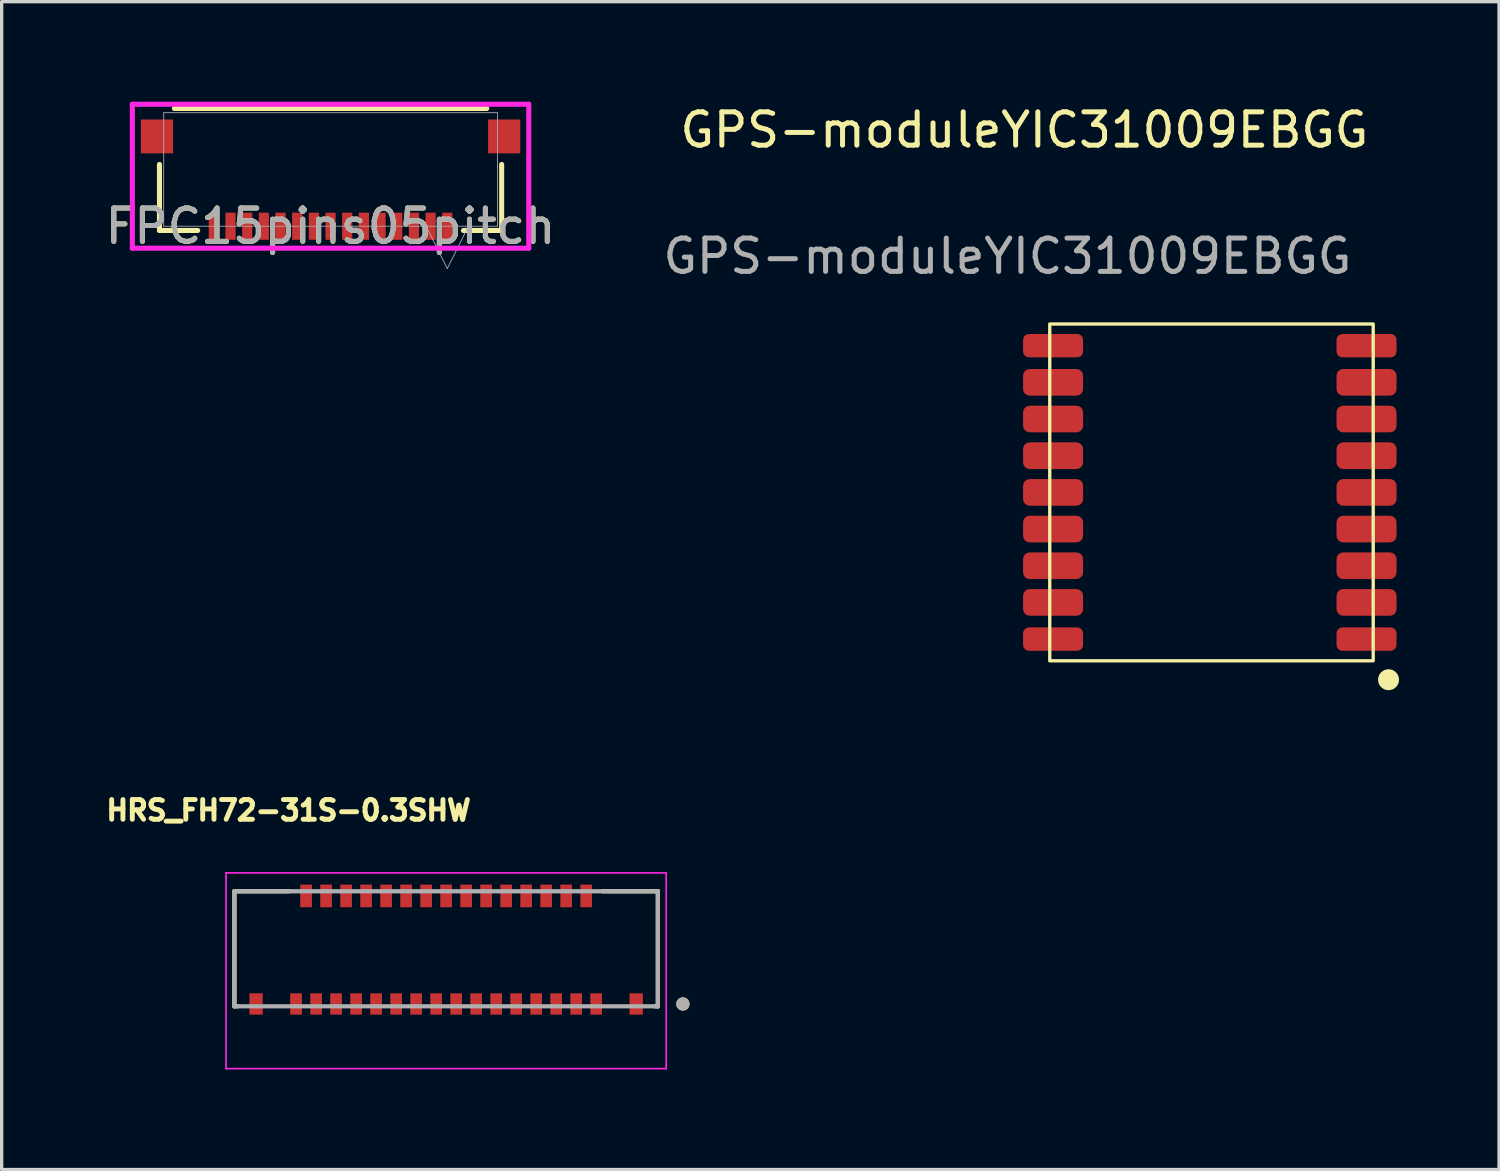
<source format=kicad_pcb>
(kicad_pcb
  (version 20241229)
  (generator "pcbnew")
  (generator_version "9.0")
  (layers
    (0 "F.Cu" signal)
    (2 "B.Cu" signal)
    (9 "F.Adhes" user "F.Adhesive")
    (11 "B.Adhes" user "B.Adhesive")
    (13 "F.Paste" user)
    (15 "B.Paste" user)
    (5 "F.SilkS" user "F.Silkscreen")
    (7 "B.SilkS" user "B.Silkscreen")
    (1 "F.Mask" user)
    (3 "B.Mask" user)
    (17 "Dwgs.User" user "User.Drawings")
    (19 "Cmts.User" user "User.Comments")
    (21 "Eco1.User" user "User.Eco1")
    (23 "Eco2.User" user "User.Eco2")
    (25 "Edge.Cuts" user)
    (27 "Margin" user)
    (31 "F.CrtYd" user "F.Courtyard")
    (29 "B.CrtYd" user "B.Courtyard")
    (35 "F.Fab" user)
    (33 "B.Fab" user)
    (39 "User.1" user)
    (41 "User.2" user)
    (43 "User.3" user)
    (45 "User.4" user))
  (footprint "GPS-moduleYIC31009EBGG"
    (layer "F.Cu")
    (at 28.431 6.666)
    (property "Reference" "GPS-moduleYIC31009EBGG" (at -0.762 -5.818 0) (unlocked yes) (layer "F.SilkS") (effects (font (size 1 1) (thickness 0.15))))
    (attr smd)
    (fp_rect (start 0 0) (end 9.7 10.1) (stroke (width 0.1) (type solid)) (fill no) (layer "F.SilkS"))
    (fp_circle (center 10.16 10.668) (end 10.414 10.668) (stroke (width 0.12) (type solid)) (fill yes) (layer "F.SilkS"))
    (fp_text user "${REFERENCE}" (at -1.27 -2.032 0) (unlocked yes) (layer "F.Fab") (effects (font (size 1 1) (thickness 0.15))))
    (pad "1" smd roundrect (at 9.5 9.45) (size 1.8 0.7) (layers "F.Cu" "F.Mask" "F.Paste") (roundrect_rratio 0.25))
    (pad "2" smd roundrect (at 9.5 8.35) (size 1.8 0.8) (layers "F.Cu" "F.Mask" "F.Paste") (roundrect_rratio 0.25))
    (pad "3" smd roundrect (at 9.5 7.25) (size 1.8 0.8) (layers "F.Cu" "F.Mask" "F.Paste") (roundrect_rratio 0.25))
    (pad "4" smd roundrect (at 9.5 6.15) (size 1.8 0.8) (layers "F.Cu" "F.Mask" "F.Paste") (roundrect_rratio 0.25))
    (pad "5" smd roundrect (at 9.5 5.05) (size 1.8 0.8) (layers "F.Cu" "F.Mask" "F.Paste") (roundrect_rratio 0.25))
    (pad "6" smd roundrect (at 9.5 3.95) (size 1.8 0.8) (layers "F.Cu" "F.Mask" "F.Paste") (roundrect_rratio 0.25))
    (pad "7" smd roundrect (at 9.5 2.85) (size 1.8 0.8) (layers "F.Cu" "F.Mask" "F.Paste") (roundrect_rratio 0.25))
    (pad "8" smd roundrect (at 9.5 1.75) (size 1.8 0.8) (layers "F.Cu" "F.Mask" "F.Paste") (roundrect_rratio 0.25))
    (pad "9" smd roundrect (at 9.5 0.65) (size 1.8 0.7) (layers "F.Cu" "F.Mask" "F.Paste") (roundrect_rratio 0.25))
    (pad "10" smd roundrect (at 0.1 0.65) (size 1.8 0.7) (layers "F.Cu" "F.Mask" "F.Paste") (roundrect_rratio 0.25))
    (pad "11" smd roundrect (at 0.1 1.75) (size 1.8 0.8) (layers "F.Cu" "F.Mask" "F.Paste") (roundrect_rratio 0.25))
    (pad "12" smd roundrect (at 0.1 2.85) (size 1.8 0.8) (layers "F.Cu" "F.Mask" "F.Paste") (roundrect_rratio 0.25))
    (pad "13" smd roundrect (at 0.1 3.95) (size 1.8 0.8) (layers "F.Cu" "F.Mask" "F.Paste") (roundrect_rratio 0.25))
    (pad "14" smd roundrect (at 0.1 5.05) (size 1.8 0.8) (layers "F.Cu" "F.Mask" "F.Paste") (roundrect_rratio 0.25))
    (pad "15" smd roundrect (at 0.1 6.15) (size 1.8 0.8) (layers "F.Cu" "F.Mask" "F.Paste") (roundrect_rratio 0.25))
    (pad "16" smd roundrect (at 0.1 7.25) (size 1.8 0.8) (layers "F.Cu" "F.Mask" "F.Paste") (roundrect_rratio 0.25))
    (pad "17" smd roundrect (at 0.1 8.35) (size 1.8 0.8) (layers "F.Cu" "F.Mask" "F.Paste") (roundrect_rratio 0.25))
    (pad "18" smd roundrect (at 0.1 9.45) (size 1.8 0.7) (layers "F.Cu" "F.Mask" "F.Paste") (roundrect_rratio 0.25)))
  (footprint "HRS_FH72-31S-0.3SHW"
    (layer "F.Cu")
    (at 10.329 25.428)
    (property "Reference" "HRS_FH72-31S-0.3SHW" (at -4.725 -4.175 0) (layer "F.SilkS") (effects (font (size 0.591 0.591) (thickness 0.15))))
    (attr smd)
    (fp_line (start -6.35 -1.75) (end -6.35 1.7) (stroke (width 0.127) (type solid)) (layer "F.SilkS"))
    (fp_line (start -6.35 1.7) (end -6.25 1.7) (stroke (width 0.127) (type solid)) (layer "F.SilkS"))
    (fp_line (start -4.695 -1.75) (end -6.35 -1.75) (stroke (width 0.127) (type solid)) (layer "F.SilkS"))
    (fp_line (start 6.25 1.7) (end 6.35 1.7) (stroke (width 0.127) (type solid)) (layer "F.SilkS"))
    (fp_line (start 6.35 -1.75) (end 4.695 -1.75) (stroke (width 0.127) (type solid)) (layer "F.SilkS"))
    (fp_line (start 6.35 1.7) (end 6.35 -1.75) (stroke (width 0.127) (type solid)) (layer "F.SilkS"))
    (fp_circle (center 7.1 1.63) (end 7.2 1.63) (stroke (width 0.2) (type solid)) (fill no) (layer "F.SilkS"))
    (fp_poly (pts (xy -5.875 1.61) (xy -5.525 1.61) (xy -5.525 2.15) (xy -5.875 2.15)) (stroke (width 0.01) (type solid)) (fill yes) (layer "F.Paste"))
    (fp_poly (pts (xy -4.675 1.61) (xy -4.325 1.61) (xy -4.325 2.05) (xy -4.675 2.05)) (stroke (width 0.01) (type solid)) (fill yes) (layer "F.Paste"))
    (fp_poly (pts (xy -4.375 -2.05) (xy -4.025 -2.05) (xy -4.025 -1.5) (xy -4.375 -1.5)) (stroke (width 0.01) (type solid)) (fill yes) (layer "F.Paste"))
    (fp_poly (pts (xy -4.075 1.61) (xy -3.725 1.61) (xy -3.725 2.05) (xy -4.075 2.05)) (stroke (width 0.01) (type solid)) (fill yes) (layer "F.Paste"))
    (fp_poly (pts (xy -3.775 -2.05) (xy -3.425 -2.05) (xy -3.425 -1.5) (xy -3.775 -1.5)) (stroke (width 0.01) (type solid)) (fill yes) (layer "F.Paste"))
    (fp_poly (pts (xy -3.475 1.61) (xy -3.125 1.61) (xy -3.125 2.05) (xy -3.475 2.05)) (stroke (width 0.01) (type solid)) (fill yes) (layer "F.Paste"))
    (fp_poly (pts (xy -3.175 -2.05) (xy -2.825 -2.05) (xy -2.825 -1.5) (xy -3.175 -1.5)) (stroke (width 0.01) (type solid)) (fill yes) (layer "F.Paste"))
    (fp_poly (pts (xy -2.875 1.61) (xy -2.525 1.61) (xy -2.525 2.05) (xy -2.875 2.05)) (stroke (width 0.01) (type solid)) (fill yes) (layer "F.Paste"))
    (fp_poly (pts (xy -2.575 -2.05) (xy -2.225 -2.05) (xy -2.225 -1.5) (xy -2.575 -1.5)) (stroke (width 0.01) (type solid)) (fill yes) (layer "F.Paste"))
    (fp_poly (pts (xy -2.275 1.61) (xy -1.925 1.61) (xy -1.925 2.05) (xy -2.275 2.05)) (stroke (width 0.01) (type solid)) (fill yes) (layer "F.Paste"))
    (fp_poly (pts (xy -1.975 -2.05) (xy -1.625 -2.05) (xy -1.625 -1.5) (xy -1.975 -1.5)) (stroke (width 0.01) (type solid)) (fill yes) (layer "F.Paste"))
    (fp_poly (pts (xy -1.675 1.61) (xy -1.325 1.61) (xy -1.325 2.05) (xy -1.675 2.05)) (stroke (width 0.01) (type solid)) (fill yes) (layer "F.Paste"))
    (fp_poly (pts (xy -1.375 -2.05) (xy -1.025 -2.05) (xy -1.025 -1.5) (xy -1.375 -1.5)) (stroke (width 0.01) (type solid)) (fill yes) (layer "F.Paste"))
    (fp_poly (pts (xy -1.075 1.61) (xy -0.725 1.61) (xy -0.725 2.05) (xy -1.075 2.05)) (stroke (width 0.01) (type solid)) (fill yes) (layer "F.Paste"))
    (fp_poly (pts (xy -0.775 -2.05) (xy -0.425 -2.05) (xy -0.425 -1.5) (xy -0.775 -1.5)) (stroke (width 0.01) (type solid)) (fill yes) (layer "F.Paste"))
    (fp_poly (pts (xy -0.475 1.61) (xy -0.125 1.61) (xy -0.125 2.05) (xy -0.475 2.05)) (stroke (width 0.01) (type solid)) (fill yes) (layer "F.Paste"))
    (fp_poly (pts (xy -0.175 -2.05) (xy 0.175 -2.05) (xy 0.175 -1.5) (xy -0.175 -1.5)) (stroke (width 0.01) (type solid)) (fill yes) (layer "F.Paste"))
    (fp_poly (pts (xy 0.125 1.61) (xy 0.475 1.61) (xy 0.475 2.05) (xy 0.125 2.05)) (stroke (width 0.01) (type solid)) (fill yes) (layer "F.Paste"))
    (fp_poly (pts (xy 0.425 -2.05) (xy 0.775 -2.05) (xy 0.775 -1.5) (xy 0.425 -1.5)) (stroke (width 0.01) (type solid)) (fill yes) (layer "F.Paste"))
    (fp_poly (pts (xy 0.725 1.61) (xy 1.075 1.61) (xy 1.075 2.05) (xy 0.725 2.05)) (stroke (width 0.01) (type solid)) (fill yes) (layer "F.Paste"))
    (fp_poly (pts (xy 1.025 -2.05) (xy 1.375 -2.05) (xy 1.375 -1.5) (xy 1.025 -1.5)) (stroke (width 0.01) (type solid)) (fill yes) (layer "F.Paste"))
    (fp_poly (pts (xy 1.325 1.61) (xy 1.675 1.61) (xy 1.675 2.05) (xy 1.325 2.05)) (stroke (width 0.01) (type solid)) (fill yes) (layer "F.Paste"))
    (fp_poly (pts (xy 1.625 -2.05) (xy 1.975 -2.05) (xy 1.975 -1.5) (xy 1.625 -1.5)) (stroke (width 0.01) (type solid)) (fill yes) (layer "F.Paste"))
    (fp_poly (pts (xy 1.925 1.61) (xy 2.275 1.61) (xy 2.275 2.05) (xy 1.925 2.05)) (stroke (width 0.01) (type solid)) (fill yes) (layer "F.Paste"))
    (fp_poly (pts (xy 2.225 -2.05) (xy 2.575 -2.05) (xy 2.575 -1.5) (xy 2.225 -1.5)) (stroke (width 0.01) (type solid)) (fill yes) (layer "F.Paste"))
    (fp_poly (pts (xy 2.525 1.61) (xy 2.875 1.61) (xy 2.875 2.05) (xy 2.525 2.05)) (stroke (width 0.01) (type solid)) (fill yes) (layer "F.Paste"))
    (fp_poly (pts (xy 2.825 -2.05) (xy 3.175 -2.05) (xy 3.175 -1.5) (xy 2.825 -1.5)) (stroke (width 0.01) (type solid)) (fill yes) (layer "F.Paste"))
    (fp_poly (pts (xy 3.125 1.61) (xy 3.475 1.61) (xy 3.475 2.05) (xy 3.125 2.05)) (stroke (width 0.01) (type solid)) (fill yes) (layer "F.Paste"))
    (fp_poly (pts (xy 3.425 -2.05) (xy 3.775 -2.05) (xy 3.775 -1.5) (xy 3.425 -1.5)) (stroke (width 0.01) (type solid)) (fill yes) (layer "F.Paste"))
    (fp_poly (pts (xy 3.725 1.61) (xy 4.075 1.61) (xy 4.075 2.05) (xy 3.725 2.05)) (stroke (width 0.01) (type solid)) (fill yes) (layer "F.Paste"))
    (fp_poly (pts (xy 4.025 -2.05) (xy 4.375 -2.05) (xy 4.375 -1.5) (xy 4.025 -1.5)) (stroke (width 0.01) (type solid)) (fill yes) (layer "F.Paste"))
    (fp_poly (pts (xy 4.325 1.61) (xy 4.675 1.61) (xy 4.675 2.05) (xy 4.325 2.05)) (stroke (width 0.01) (type solid)) (fill yes) (layer "F.Paste"))
    (fp_poly (pts (xy 5.525 1.61) (xy 5.875 1.61) (xy 5.875 2.15) (xy 5.525 2.15)) (stroke (width 0.01) (type solid)) (fill yes) (layer "F.Paste"))
    (fp_line (start -6.6 -2.3) (end -6.6 3.57) (stroke (width 0.05) (type solid)) (layer "F.CrtYd"))
    (fp_line (start -6.6 3.57) (end 6.6 3.57) (stroke (width 0.05) (type solid)) (layer "F.CrtYd"))
    (fp_line (start 6.6 -2.3) (end -6.6 -2.3) (stroke (width 0.05) (type solid)) (layer "F.CrtYd"))
    (fp_line (start 6.6 3.57) (end 6.6 -2.3) (stroke (width 0.05) (type solid)) (layer "F.CrtYd"))
    (fp_line (start -6.35 -1.75) (end -6.35 1.7) (stroke (width 0.127) (type solid)) (layer "F.Fab"))
    (fp_line (start -6.35 1.7) (end 6.35 1.7) (stroke (width 0.127) (type solid)) (layer "F.Fab"))
    (fp_line (start 6.35 -1.75) (end -6.35 -1.75) (stroke (width 0.127) (type solid)) (layer "F.Fab"))
    (fp_line (start 6.35 1.7) (end 6.35 -1.75) (stroke (width 0.127) (type solid)) (layer "F.Fab"))
    (fp_circle (center 7.1 1.63) (end 7.2 1.63) (stroke (width 0.2) (type solid)) (fill no) (layer "F.Fab"))
    (pad "1" smd rect (at 4.5 1.63) (size 0.35 0.64) (layers "F.Cu" "F.Mask"))
    (pad "2" smd rect (at 4.2 -1.61) (size 0.35 0.68) (layers "F.Cu" "F.Mask"))
    (pad "3" smd rect (at 3.9 1.63) (size 0.35 0.64) (layers "F.Cu" "F.Mask"))
    (pad "4" smd rect (at 3.6 -1.61) (size 0.35 0.68) (layers "F.Cu" "F.Mask"))
    (pad "5" smd rect (at 3.3 1.63) (size 0.35 0.64) (layers "F.Cu" "F.Mask"))
    (pad "6" smd rect (at 3 -1.61) (size 0.35 0.68) (layers "F.Cu" "F.Mask"))
    (pad "7" smd rect (at 2.7 1.63) (size 0.35 0.64) (layers "F.Cu" "F.Mask"))
    (pad "8" smd rect (at 2.4 -1.61) (size 0.35 0.68) (layers "F.Cu" "F.Mask"))
    (pad "9" smd rect (at 2.1 1.63) (size 0.35 0.64) (layers "F.Cu" "F.Mask"))
    (pad "10" smd rect (at 1.8 -1.61) (size 0.35 0.68) (layers "F.Cu" "F.Mask"))
    (pad "11" smd rect (at 1.5 1.63) (size 0.35 0.64) (layers "F.Cu" "F.Mask"))
    (pad "12" smd rect (at 1.2 -1.61) (size 0.35 0.68) (layers "F.Cu" "F.Mask"))
    (pad "13" smd rect (at 0.9 1.63) (size 0.35 0.64) (layers "F.Cu" "F.Mask"))
    (pad "14" smd rect (at 0.6 -1.61) (size 0.35 0.68) (layers "F.Cu" "F.Mask"))
    (pad "15" smd rect (at 0.3 1.63) (size 0.35 0.64) (layers "F.Cu" "F.Mask"))
    (pad "16" smd rect (at 0 -1.61) (size 0.35 0.68) (layers "F.Cu" "F.Mask"))
    (pad "17" smd rect (at -0.3 1.63) (size 0.35 0.64) (layers "F.Cu" "F.Mask"))
    (pad "18" smd rect (at -0.6 -1.61) (size 0.35 0.68) (layers "F.Cu" "F.Mask"))
    (pad "19" smd rect (at -0.9 1.63) (size 0.35 0.64) (layers "F.Cu" "F.Mask"))
    (pad "20" smd rect (at -1.2 -1.61) (size 0.35 0.68) (layers "F.Cu" "F.Mask"))
    (pad "21" smd rect (at -1.5 1.63) (size 0.35 0.64) (layers "F.Cu" "F.Mask"))
    (pad "22" smd rect (at -1.8 -1.61) (size 0.35 0.68) (layers "F.Cu" "F.Mask"))
    (pad "23" smd rect (at -2.1 1.63) (size 0.35 0.64) (layers "F.Cu" "F.Mask"))
    (pad "24" smd rect (at -2.4 -1.61) (size 0.35 0.68) (layers "F.Cu" "F.Mask"))
    (pad "25" smd rect (at -2.7 1.63) (size 0.35 0.64) (layers "F.Cu" "F.Mask"))
    (pad "26" smd rect (at -3 -1.61) (size 0.35 0.68) (layers "F.Cu" "F.Mask"))
    (pad "27" smd rect (at -3.3 1.63) (size 0.35 0.64) (layers "F.Cu" "F.Mask"))
    (pad "28" smd rect (at -3.6 -1.61) (size 0.35 0.68) (layers "F.Cu" "F.Mask"))
    (pad "29" smd rect (at -3.9 1.63) (size 0.35 0.64) (layers "F.Cu" "F.Mask"))
    (pad "30" smd rect (at -4.2 -1.61) (size 0.35 0.68) (layers "F.Cu" "F.Mask"))
    (pad "31" smd rect (at -4.5 1.63) (size 0.35 0.64) (layers "F.Cu" "F.Mask"))
    (pad "S1" smd rect (at 5.7 1.63) (size 0.4 0.64) (layers "F.Cu" "F.Mask"))
    (pad "S2" smd rect (at -5.7 1.63) (size 0.4 0.64) (layers "F.Cu" "F.Mask")))
  (footprint "FPC15pins05pitch"
    (layer "F.Cu")
    (at 6.863 2.032)
    (property "Reference" "FPC15pins05pitch" (at 0 1.702 0) (unlocked yes) (layer "F.SilkS") (effects (font (size 1 1) (thickness 0.15))))
    (attr smd)
    (fp_line (start -5.131 -0.15) (end -5.131 1.829) (stroke (width 0.152) (type solid)) (layer "F.SilkS"))
    (fp_line (start -5.131 1.829) (end -3.985 1.829) (stroke (width 0.152) (type solid)) (layer "F.SilkS"))
    (fp_line (start 3.985 1.829) (end 5.131 1.829) (stroke (width 0.152) (type solid)) (layer "F.SilkS"))
    (fp_line (start 4.683 -1.829) (end -4.683 -1.829) (stroke (width 0.152) (type solid)) (layer "F.SilkS"))
    (fp_line (start 5.131 1.829) (end 5.131 -0.15) (stroke (width 0.152) (type solid)) (layer "F.SilkS"))
    (fp_line (start -5.944 -1.956) (end -5.944 2.362) (stroke (width 0.152) (type solid)) (layer "F.CrtYd"))
    (fp_line (start -5.944 2.362) (end 5.944 2.362) (stroke (width 0.152) (type solid)) (layer "F.CrtYd"))
    (fp_line (start 5.944 -1.956) (end -5.944 -1.956) (stroke (width 0.152) (type solid)) (layer "F.CrtYd"))
    (fp_line (start 5.944 2.362) (end 5.944 -1.956) (stroke (width 0.152) (type solid)) (layer "F.CrtYd"))
    (fp_line (start -5.004 -1.702) (end -5.004 1.702) (stroke (width 0.025) (type solid)) (layer "F.Fab"))
    (fp_line (start -5.004 1.702) (end 5.004 1.702) (stroke (width 0.025) (type solid)) (layer "F.Fab"))
    (fp_line (start 2.865 1.702) (end 3.5 2.972) (stroke (width 0.025) (type solid)) (layer "F.Fab"))
    (fp_line (start 4.135 1.702) (end 3.5 2.972) (stroke (width 0.025) (type solid)) (layer "F.Fab"))
    (fp_line (start 5.004 -1.702) (end -5.004 -1.702) (stroke (width 0.025) (type solid)) (layer "F.Fab"))
    (fp_line (start 5.004 1.702) (end 5.004 -1.702) (stroke (width 0.025) (type solid)) (layer "F.Fab"))
    (fp_text user "${REFERENCE}" (at 0 1.702 0) (unlocked yes) (layer "F.Fab") (effects (font (size 1 1) (thickness 0.15))))
    (pad "1" smd rect (at 3.5 1.702) (size 0.305 0.813) (layers "F.Cu" "F.Mask" "F.Paste"))
    (pad "2" smd rect (at 3 1.702) (size 0.305 0.813) (layers "F.Cu" "F.Mask" "F.Paste"))
    (pad "3" smd rect (at 2.5 1.702) (size 0.305 0.813) (layers "F.Cu" "F.Mask" "F.Paste"))
    (pad "4" smd rect (at 2 1.702) (size 0.305 0.813) (layers "F.Cu" "F.Mask" "F.Paste"))
    (pad "5" smd rect (at 1.5 1.702) (size 0.305 0.813) (layers "F.Cu" "F.Mask" "F.Paste"))
    (pad "6" smd rect (at 1 1.702) (size 0.305 0.813) (layers "F.Cu" "F.Mask" "F.Paste"))
    (pad "7" smd rect (at 0.5 1.702) (size 0.305 0.813) (layers "F.Cu" "F.Mask" "F.Paste"))
    (pad "8" smd rect (at 0 1.702) (size 0.305 0.813) (layers "F.Cu" "F.Mask" "F.Paste"))
    (pad "9" smd rect (at -0.5 1.702) (size 0.305 0.813) (layers "F.Cu" "F.Mask" "F.Paste"))
    (pad "10" smd rect (at -1 1.702) (size 0.305 0.813) (layers "F.Cu" "F.Mask" "F.Paste"))
    (pad "11" smd rect (at -1.5 1.702) (size 0.305 0.813) (layers "F.Cu" "F.Mask" "F.Paste"))
    (pad "12" smd rect (at -2 1.702) (size 0.305 0.813) (layers "F.Cu" "F.Mask" "F.Paste"))
    (pad "13" smd rect (at -2.5 1.702) (size 0.305 0.813) (layers "F.Cu" "F.Mask" "F.Paste"))
    (pad "14" smd rect (at -3 1.702) (size 0.305 0.813) (layers "F.Cu" "F.Mask" "F.Paste"))
    (pad "15" smd rect (at -3.5 1.702) (size 0.305 0.813) (layers "F.Cu" "F.Mask" "F.Paste"))
    (pad "16" smd rect (at -5.207 -0.991) (size 0.965 1.016) (layers "F.Cu" "F.Mask" "F.Paste"))
    (pad "17" smd rect (at 5.207 -0.991) (size 0.965 1.016) (layers "F.Cu" "F.Mask" "F.Paste")))
  (gr_rect
    (start -3 -3)
    (end 41.905 32.023)
    (stroke (width 0.1) (type default))
    (fill no)
    (layer "Edge.Cuts")))
</source>
